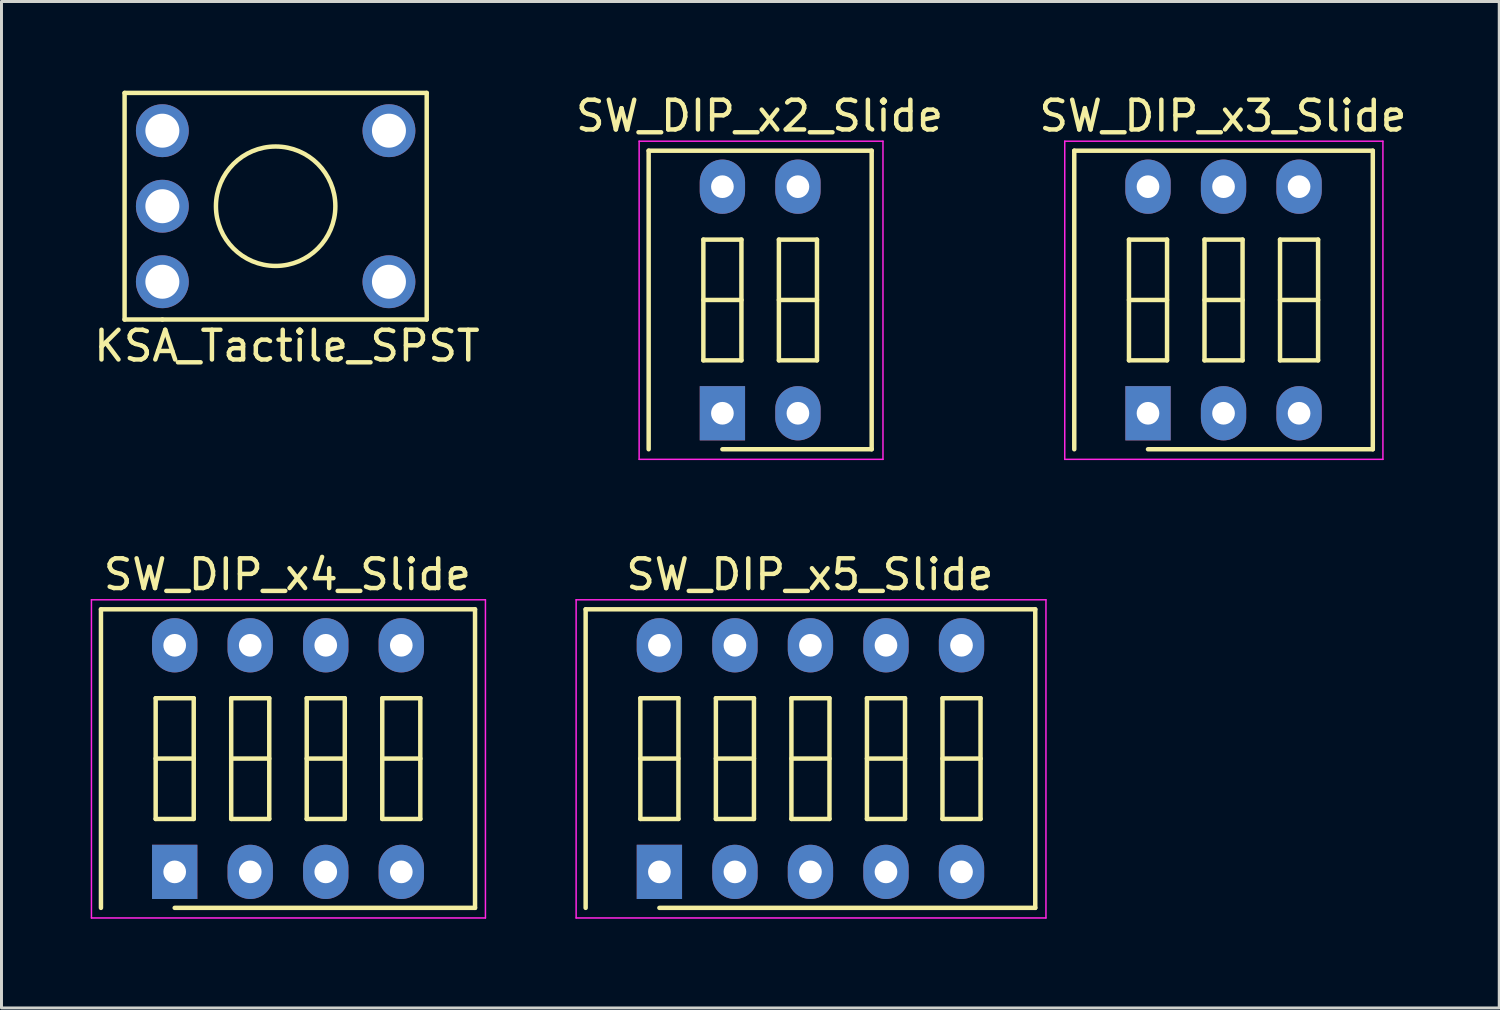
<source format=kicad_pcb>
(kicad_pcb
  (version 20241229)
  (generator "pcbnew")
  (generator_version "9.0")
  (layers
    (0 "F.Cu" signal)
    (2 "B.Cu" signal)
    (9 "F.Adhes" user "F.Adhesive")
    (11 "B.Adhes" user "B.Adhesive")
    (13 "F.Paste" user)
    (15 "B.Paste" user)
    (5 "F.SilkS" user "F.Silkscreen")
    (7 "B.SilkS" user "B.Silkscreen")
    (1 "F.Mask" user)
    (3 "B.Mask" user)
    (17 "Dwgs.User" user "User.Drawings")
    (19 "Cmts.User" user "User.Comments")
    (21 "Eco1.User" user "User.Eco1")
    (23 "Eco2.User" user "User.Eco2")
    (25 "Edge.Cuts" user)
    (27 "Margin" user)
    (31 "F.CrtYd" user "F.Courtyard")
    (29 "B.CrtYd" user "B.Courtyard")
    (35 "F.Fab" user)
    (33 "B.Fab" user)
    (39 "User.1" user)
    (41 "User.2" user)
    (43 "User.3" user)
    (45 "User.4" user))
  (footprint "SW_DIP_x4_Slide"
    (layer "F.Cu")
    (at 2.825 26.271)
    (property "Reference" "SW_DIP_x4_Slide" (at 3.79 -10 0) (layer "F.SilkS") (effects (font (size 1 1) (thickness 0.15))))
    (attr through_hole)
    (fp_line (start -2.48 -8.83) (end 10.1 -8.83) (stroke (width 0.15) (type solid)) (layer "F.SilkS"))
    (fp_line (start -2.48 1.21) (end -2.48 -8.83) (stroke (width 0.15) (type solid)) (layer "F.SilkS"))
    (fp_line (start -0.64 -5.84) (end -0.64 -1.78) (stroke (width 0.15) (type solid)) (layer "F.SilkS"))
    (fp_line (start -0.64 -3.81) (end 0.64 -3.81) (stroke (width 0.15) (type solid)) (layer "F.SilkS"))
    (fp_line (start -0.64 -1.78) (end 0.64 -1.78) (stroke (width 0.15) (type solid)) (layer "F.SilkS"))
    (fp_line (start 0.64 -5.84) (end -0.64 -5.84) (stroke (width 0.15) (type solid)) (layer "F.SilkS"))
    (fp_line (start 0.64 -1.78) (end 0.64 -5.84) (stroke (width 0.15) (type solid)) (layer "F.SilkS"))
    (fp_line (start 1.9 -5.84) (end 1.9 -1.78) (stroke (width 0.15) (type solid)) (layer "F.SilkS"))
    (fp_line (start 1.9 -3.81) (end 3.18 -3.81) (stroke (width 0.15) (type solid)) (layer "F.SilkS"))
    (fp_line (start 1.9 -1.78) (end 3.18 -1.78) (stroke (width 0.15) (type solid)) (layer "F.SilkS"))
    (fp_line (start 3.18 -5.84) (end 1.9 -5.84) (stroke (width 0.15) (type solid)) (layer "F.SilkS"))
    (fp_line (start 3.18 -1.78) (end 3.18 -5.84) (stroke (width 0.15) (type solid)) (layer "F.SilkS"))
    (fp_line (start 4.44 -5.84) (end 4.44 -1.78) (stroke (width 0.15) (type solid)) (layer "F.SilkS"))
    (fp_line (start 4.44 -3.81) (end 5.72 -3.81) (stroke (width 0.15) (type solid)) (layer "F.SilkS"))
    (fp_line (start 4.44 -1.78) (end 5.72 -1.78) (stroke (width 0.15) (type solid)) (layer "F.SilkS"))
    (fp_line (start 5.72 -5.84) (end 4.44 -5.84) (stroke (width 0.15) (type solid)) (layer "F.SilkS"))
    (fp_line (start 5.72 -1.78) (end 5.72 -5.84) (stroke (width 0.15) (type solid)) (layer "F.SilkS"))
    (fp_line (start 6.98 -5.84) (end 6.98 -1.78) (stroke (width 0.15) (type solid)) (layer "F.SilkS"))
    (fp_line (start 6.98 -3.81) (end 8.26 -3.81) (stroke (width 0.15) (type solid)) (layer "F.SilkS"))
    (fp_line (start 6.98 -1.78) (end 8.26 -1.78) (stroke (width 0.15) (type solid)) (layer "F.SilkS"))
    (fp_line (start 8.26 -5.84) (end 6.98 -5.84) (stroke (width 0.15) (type solid)) (layer "F.SilkS"))
    (fp_line (start 8.26 -1.78) (end 8.26 -5.84) (stroke (width 0.15) (type solid)) (layer "F.SilkS"))
    (fp_line (start 10.1 -8.83) (end 10.1 1.21) (stroke (width 0.15) (type solid)) (layer "F.SilkS"))
    (fp_line (start 10.1 1.21) (end 0 1.21) (stroke (width 0.15) (type solid)) (layer "F.SilkS"))
    (fp_line (start -2.8 -9.15) (end -2.8 1.55) (stroke (width 0.05) (type solid)) (layer "F.CrtYd"))
    (fp_line (start -2.8 1.55) (end 10.45 1.55) (stroke (width 0.05) (type solid)) (layer "F.CrtYd"))
    (fp_line (start 10.45 -9.15) (end -2.8 -9.15) (stroke (width 0.05) (type solid)) (layer "F.CrtYd"))
    (fp_line (start 10.45 1.55) (end 10.45 -9.15) (stroke (width 0.05) (type solid)) (layer "F.CrtYd"))
    (pad "1" thru_hole rect (at 0 0) (size 1.524 1.824) (drill 0.762) (layers "*.Cu" "*.Mask"))
    (pad "2" thru_hole oval (at 2.54 0) (size 1.524 1.824) (drill 0.762) (layers "*.Cu" "*.Mask"))
    (pad "3" thru_hole oval (at 5.08 0) (size 1.524 1.824) (drill 0.762) (layers "*.Cu" "*.Mask"))
    (pad "4" thru_hole oval (at 7.62 0) (size 1.524 1.824) (drill 0.762) (layers "*.Cu" "*.Mask"))
    (pad "5" thru_hole oval (at 7.62 -7.62) (size 1.524 1.824) (drill 0.762) (layers "*.Cu" "*.Mask"))
    (pad "6" thru_hole oval (at 5.08 -7.62) (size 1.524 1.824) (drill 0.762) (layers "*.Cu" "*.Mask"))
    (pad "7" thru_hole oval (at 2.54 -7.62) (size 1.524 1.824) (drill 0.762) (layers "*.Cu" "*.Mask"))
    (pad "8" thru_hole oval (at 0 -7.62) (size 1.524 1.824) (drill 0.762) (layers "*.Cu" "*.Mask")))
  (footprint "KSA_Tactile_SPST"
    (layer "F.Cu")
    (at 6.22 3.885)
    (property "Reference" "KSA_Tactile_SPST" (at 0.381 4.699 0) (layer "F.SilkS") (effects (font (size 1 1) (thickness 0.15))))
    (attr through_hole)
    (fp_line (start -5.08 -3.81) (end -5.08 3.81) (stroke (width 0.15) (type solid)) (layer "F.SilkS"))
    (fp_line (start -5.08 3.81) (end -3.81 3.81) (stroke (width 0.15) (type solid)) (layer "F.SilkS"))
    (fp_line (start -3.81 3.81) (end 5.08 3.81) (stroke (width 0.15) (type solid)) (layer "F.SilkS"))
    (fp_line (start 5.08 -3.81) (end -5.08 -3.81) (stroke (width 0.15) (type solid)) (layer "F.SilkS"))
    (fp_line (start 5.08 3.81) (end 5.08 -3.81) (stroke (width 0.15) (type solid)) (layer "F.SilkS"))
    (fp_circle (center 0 0) (end 1.905 0.635) (stroke (width 0.15) (type solid)) (fill no) (layer "F.SilkS"))
    (pad "1" thru_hole circle (at 3.81 -2.54) (size 1.778 1.778) (drill 1.143) (layers "*.Cu" "*.Mask"))
    (pad "2" thru_hole circle (at 3.81 2.54) (size 1.778 1.778) (drill 1.143) (layers "*.Cu" "*.Mask"))
    (pad "3" thru_hole circle (at -3.81 2.54) (size 1.778 1.778) (drill 1.143) (layers "*.Cu" "*.Mask"))
    (pad "4" thru_hole circle (at -3.81 0) (size 1.778 1.778) (drill 1.143) (layers "*.Cu" "*.Mask"))
    (pad "5" thru_hole circle (at -3.81 -2.54) (size 1.778 1.778) (drill 1.143) (layers "*.Cu" "*.Mask")))
  (footprint "SW_DIP_x3_Slide"
    (layer "F.Cu")
    (at 35.557 10.848)
    (property "Reference" "SW_DIP_x3_Slide" (at 2.52 -10 0) (layer "F.SilkS") (effects (font (size 1 1) (thickness 0.15))))
    (attr through_hole)
    (fp_line (start -2.48 -8.83) (end 7.56 -8.83) (stroke (width 0.15) (type solid)) (layer "F.SilkS"))
    (fp_line (start -2.48 1.21) (end -2.48 -8.83) (stroke (width 0.15) (type solid)) (layer "F.SilkS"))
    (fp_line (start -0.64 -5.84) (end -0.64 -1.78) (stroke (width 0.15) (type solid)) (layer "F.SilkS"))
    (fp_line (start -0.64 -3.81) (end 0.64 -3.81) (stroke (width 0.15) (type solid)) (layer "F.SilkS"))
    (fp_line (start -0.64 -1.78) (end 0.64 -1.78) (stroke (width 0.15) (type solid)) (layer "F.SilkS"))
    (fp_line (start 0.64 -5.84) (end -0.64 -5.84) (stroke (width 0.15) (type solid)) (layer "F.SilkS"))
    (fp_line (start 0.64 -1.78) (end 0.64 -5.84) (stroke (width 0.15) (type solid)) (layer "F.SilkS"))
    (fp_line (start 1.9 -5.84) (end 1.9 -1.78) (stroke (width 0.15) (type solid)) (layer "F.SilkS"))
    (fp_line (start 1.9 -3.81) (end 3.18 -3.81) (stroke (width 0.15) (type solid)) (layer "F.SilkS"))
    (fp_line (start 1.9 -1.78) (end 3.18 -1.78) (stroke (width 0.15) (type solid)) (layer "F.SilkS"))
    (fp_line (start 3.18 -5.84) (end 1.9 -5.84) (stroke (width 0.15) (type solid)) (layer "F.SilkS"))
    (fp_line (start 3.18 -1.78) (end 3.18 -5.84) (stroke (width 0.15) (type solid)) (layer "F.SilkS"))
    (fp_line (start 4.44 -5.84) (end 4.44 -1.78) (stroke (width 0.15) (type solid)) (layer "F.SilkS"))
    (fp_line (start 4.44 -3.81) (end 5.72 -3.81) (stroke (width 0.15) (type solid)) (layer "F.SilkS"))
    (fp_line (start 4.44 -1.78) (end 5.72 -1.78) (stroke (width 0.15) (type solid)) (layer "F.SilkS"))
    (fp_line (start 5.72 -5.84) (end 4.44 -5.84) (stroke (width 0.15) (type solid)) (layer "F.SilkS"))
    (fp_line (start 5.72 -1.78) (end 5.72 -5.84) (stroke (width 0.15) (type solid)) (layer "F.SilkS"))
    (fp_line (start 7.56 -8.83) (end 7.56 1.21) (stroke (width 0.15) (type solid)) (layer "F.SilkS"))
    (fp_line (start 7.56 1.21) (end 0 1.21) (stroke (width 0.15) (type solid)) (layer "F.SilkS"))
    (fp_line (start -2.8 -9.15) (end -2.8 1.55) (stroke (width 0.05) (type solid)) (layer "F.CrtYd"))
    (fp_line (start -2.8 1.55) (end 7.9 1.55) (stroke (width 0.05) (type solid)) (layer "F.CrtYd"))
    (fp_line (start 7.9 -9.15) (end -2.8 -9.15) (stroke (width 0.05) (type solid)) (layer "F.CrtYd"))
    (fp_line (start 7.9 1.55) (end 7.9 -9.15) (stroke (width 0.05) (type solid)) (layer "F.CrtYd"))
    (pad "1" thru_hole rect (at 0 0) (size 1.524 1.824) (drill 0.762) (layers "*.Cu" "*.Mask"))
    (pad "2" thru_hole oval (at 2.54 0) (size 1.524 1.824) (drill 0.762) (layers "*.Cu" "*.Mask"))
    (pad "3" thru_hole oval (at 5.08 0) (size 1.524 1.824) (drill 0.762) (layers "*.Cu" "*.Mask"))
    (pad "4" thru_hole oval (at 5.08 -7.62) (size 1.524 1.824) (drill 0.762) (layers "*.Cu" "*.Mask"))
    (pad "5" thru_hole oval (at 2.54 -7.62) (size 1.524 1.824) (drill 0.762) (layers "*.Cu" "*.Mask"))
    (pad "6" thru_hole oval (at 0 -7.62) (size 1.524 1.824) (drill 0.762) (layers "*.Cu" "*.Mask")))
  (footprint "SW_DIP_x5_Slide"
    (layer "F.Cu")
    (at 19.125 26.271)
    (property "Reference" "SW_DIP_x5_Slide" (at 5.06 -10 0) (layer "F.SilkS") (effects (font (size 1 1) (thickness 0.15))))
    (attr through_hole)
    (fp_line (start -2.48 -8.83) (end 12.64 -8.83) (stroke (width 0.15) (type solid)) (layer "F.SilkS"))
    (fp_line (start -2.48 1.21) (end -2.48 -8.83) (stroke (width 0.15) (type solid)) (layer "F.SilkS"))
    (fp_line (start -0.64 -5.84) (end -0.64 -1.78) (stroke (width 0.15) (type solid)) (layer "F.SilkS"))
    (fp_line (start -0.64 -3.81) (end 0.64 -3.81) (stroke (width 0.15) (type solid)) (layer "F.SilkS"))
    (fp_line (start -0.64 -1.78) (end 0.64 -1.78) (stroke (width 0.15) (type solid)) (layer "F.SilkS"))
    (fp_line (start 0.64 -5.84) (end -0.64 -5.84) (stroke (width 0.15) (type solid)) (layer "F.SilkS"))
    (fp_line (start 0.64 -1.78) (end 0.64 -5.84) (stroke (width 0.15) (type solid)) (layer "F.SilkS"))
    (fp_line (start 1.9 -5.84) (end 1.9 -1.78) (stroke (width 0.15) (type solid)) (layer "F.SilkS"))
    (fp_line (start 1.9 -3.81) (end 3.18 -3.81) (stroke (width 0.15) (type solid)) (layer "F.SilkS"))
    (fp_line (start 1.9 -1.78) (end 3.18 -1.78) (stroke (width 0.15) (type solid)) (layer "F.SilkS"))
    (fp_line (start 3.18 -5.84) (end 1.9 -5.84) (stroke (width 0.15) (type solid)) (layer "F.SilkS"))
    (fp_line (start 3.18 -1.78) (end 3.18 -5.84) (stroke (width 0.15) (type solid)) (layer "F.SilkS"))
    (fp_line (start 4.44 -5.84) (end 4.44 -1.78) (stroke (width 0.15) (type solid)) (layer "F.SilkS"))
    (fp_line (start 4.44 -3.81) (end 5.72 -3.81) (stroke (width 0.15) (type solid)) (layer "F.SilkS"))
    (fp_line (start 4.44 -1.78) (end 5.72 -1.78) (stroke (width 0.15) (type solid)) (layer "F.SilkS"))
    (fp_line (start 5.72 -5.84) (end 4.44 -5.84) (stroke (width 0.15) (type solid)) (layer "F.SilkS"))
    (fp_line (start 5.72 -1.78) (end 5.72 -5.84) (stroke (width 0.15) (type solid)) (layer "F.SilkS"))
    (fp_line (start 6.98 -5.84) (end 6.98 -1.78) (stroke (width 0.15) (type solid)) (layer "F.SilkS"))
    (fp_line (start 6.98 -3.81) (end 8.26 -3.81) (stroke (width 0.15) (type solid)) (layer "F.SilkS"))
    (fp_line (start 6.98 -1.78) (end 8.26 -1.78) (stroke (width 0.15) (type solid)) (layer "F.SilkS"))
    (fp_line (start 8.26 -5.84) (end 6.98 -5.84) (stroke (width 0.15) (type solid)) (layer "F.SilkS"))
    (fp_line (start 8.26 -1.78) (end 8.26 -5.84) (stroke (width 0.15) (type solid)) (layer "F.SilkS"))
    (fp_line (start 9.52 -5.84) (end 9.52 -1.78) (stroke (width 0.15) (type solid)) (layer "F.SilkS"))
    (fp_line (start 9.52 -3.81) (end 10.8 -3.81) (stroke (width 0.15) (type solid)) (layer "F.SilkS"))
    (fp_line (start 9.52 -1.78) (end 10.8 -1.78) (stroke (width 0.15) (type solid)) (layer "F.SilkS"))
    (fp_line (start 10.8 -5.84) (end 9.52 -5.84) (stroke (width 0.15) (type solid)) (layer "F.SilkS"))
    (fp_line (start 10.8 -1.78) (end 10.8 -5.84) (stroke (width 0.15) (type solid)) (layer "F.SilkS"))
    (fp_line (start 12.64 -8.83) (end 12.64 1.21) (stroke (width 0.15) (type solid)) (layer "F.SilkS"))
    (fp_line (start 12.64 1.21) (end 0 1.21) (stroke (width 0.15) (type solid)) (layer "F.SilkS"))
    (fp_line (start -2.8 -9.15) (end -2.8 1.55) (stroke (width 0.05) (type solid)) (layer "F.CrtYd"))
    (fp_line (start -2.8 1.55) (end 13 1.55) (stroke (width 0.05) (type solid)) (layer "F.CrtYd"))
    (fp_line (start 13 -9.15) (end -2.8 -9.15) (stroke (width 0.05) (type solid)) (layer "F.CrtYd"))
    (fp_line (start 13 1.55) (end 13 -9.15) (stroke (width 0.05) (type solid)) (layer "F.CrtYd"))
    (pad "1" thru_hole rect (at 0 0) (size 1.524 1.824) (drill 0.762) (layers "*.Cu" "*.Mask"))
    (pad "2" thru_hole oval (at 2.54 0) (size 1.524 1.824) (drill 0.762) (layers "*.Cu" "*.Mask"))
    (pad "3" thru_hole oval (at 5.08 0) (size 1.524 1.824) (drill 0.762) (layers "*.Cu" "*.Mask"))
    (pad "4" thru_hole oval (at 7.62 0) (size 1.524 1.824) (drill 0.762) (layers "*.Cu" "*.Mask"))
    (pad "5" thru_hole oval (at 10.16 0) (size 1.524 1.824) (drill 0.762) (layers "*.Cu" "*.Mask"))
    (pad "6" thru_hole oval (at 10.16 -7.62) (size 1.524 1.824) (drill 0.762) (layers "*.Cu" "*.Mask"))
    (pad "7" thru_hole oval (at 7.62 -7.62) (size 1.524 1.824) (drill 0.762) (layers "*.Cu" "*.Mask"))
    (pad "8" thru_hole oval (at 5.08 -7.62) (size 1.524 1.824) (drill 0.762) (layers "*.Cu" "*.Mask"))
    (pad "9" thru_hole oval (at 2.54 -7.62) (size 1.524 1.824) (drill 0.762) (layers "*.Cu" "*.Mask"))
    (pad "10" thru_hole oval (at 0 -7.62) (size 1.524 1.824) (drill 0.762) (layers "*.Cu" "*.Mask")))
  (footprint "SW_DIP_x2_Slide"
    (layer "F.Cu")
    (at 21.244 10.848)
    (property "Reference" "SW_DIP_x2_Slide" (at 1.25 -10 0) (layer "F.SilkS") (effects (font (size 1 1) (thickness 0.15))))
    (attr through_hole)
    (fp_line (start -2.48 -8.83) (end 5.02 -8.83) (stroke (width 0.15) (type solid)) (layer "F.SilkS"))
    (fp_line (start -2.48 1.21) (end -2.48 -8.83) (stroke (width 0.15) (type solid)) (layer "F.SilkS"))
    (fp_line (start -0.64 -5.84) (end -0.64 -1.78) (stroke (width 0.15) (type solid)) (layer "F.SilkS"))
    (fp_line (start -0.64 -3.81) (end 0.64 -3.81) (stroke (width 0.15) (type solid)) (layer "F.SilkS"))
    (fp_line (start -0.64 -1.78) (end 0.64 -1.78) (stroke (width 0.15) (type solid)) (layer "F.SilkS"))
    (fp_line (start 0.64 -5.84) (end -0.64 -5.84) (stroke (width 0.15) (type solid)) (layer "F.SilkS"))
    (fp_line (start 0.64 -1.78) (end 0.64 -5.84) (stroke (width 0.15) (type solid)) (layer "F.SilkS"))
    (fp_line (start 1.9 -5.84) (end 1.9 -1.78) (stroke (width 0.15) (type solid)) (layer "F.SilkS"))
    (fp_line (start 1.9 -3.81) (end 3.18 -3.81) (stroke (width 0.15) (type solid)) (layer "F.SilkS"))
    (fp_line (start 1.9 -1.78) (end 3.18 -1.78) (stroke (width 0.15) (type solid)) (layer "F.SilkS"))
    (fp_line (start 3.18 -5.84) (end 1.9 -5.84) (stroke (width 0.15) (type solid)) (layer "F.SilkS"))
    (fp_line (start 3.18 -1.78) (end 3.18 -5.84) (stroke (width 0.15) (type solid)) (layer "F.SilkS"))
    (fp_line (start 5.02 -8.83) (end 5.02 1.21) (stroke (width 0.15) (type solid)) (layer "F.SilkS"))
    (fp_line (start 5.02 1.21) (end 0 1.21) (stroke (width 0.15) (type solid)) (layer "F.SilkS"))
    (fp_line (start -2.8 -9.15) (end -2.8 1.55) (stroke (width 0.05) (type solid)) (layer "F.CrtYd"))
    (fp_line (start -2.8 1.55) (end 5.4 1.55) (stroke (width 0.05) (type solid)) (layer "F.CrtYd"))
    (fp_line (start 5.4 -9.15) (end -2.8 -9.15) (stroke (width 0.05) (type solid)) (layer "F.CrtYd"))
    (fp_line (start 5.4 1.55) (end 5.4 -9.15) (stroke (width 0.05) (type solid)) (layer "F.CrtYd"))
    (pad "1" thru_hole rect (at 0 0) (size 1.524 1.824) (drill 0.762) (layers "*.Cu" "*.Mask"))
    (pad "2" thru_hole oval (at 2.54 0) (size 1.524 1.824) (drill 0.762) (layers "*.Cu" "*.Mask"))
    (pad "3" thru_hole oval (at 2.54 -7.62) (size 1.524 1.824) (drill 0.762) (layers "*.Cu" "*.Mask"))
    (pad "4" thru_hole oval (at 0 -7.62) (size 1.524 1.824) (drill 0.762) (layers "*.Cu" "*.Mask")))
  (gr_rect
    (start -3 -3)
    (end 47.369 30.846)
    (stroke (width 0.1) (type default))
    (fill no)
    (layer "Edge.Cuts")))
</source>
